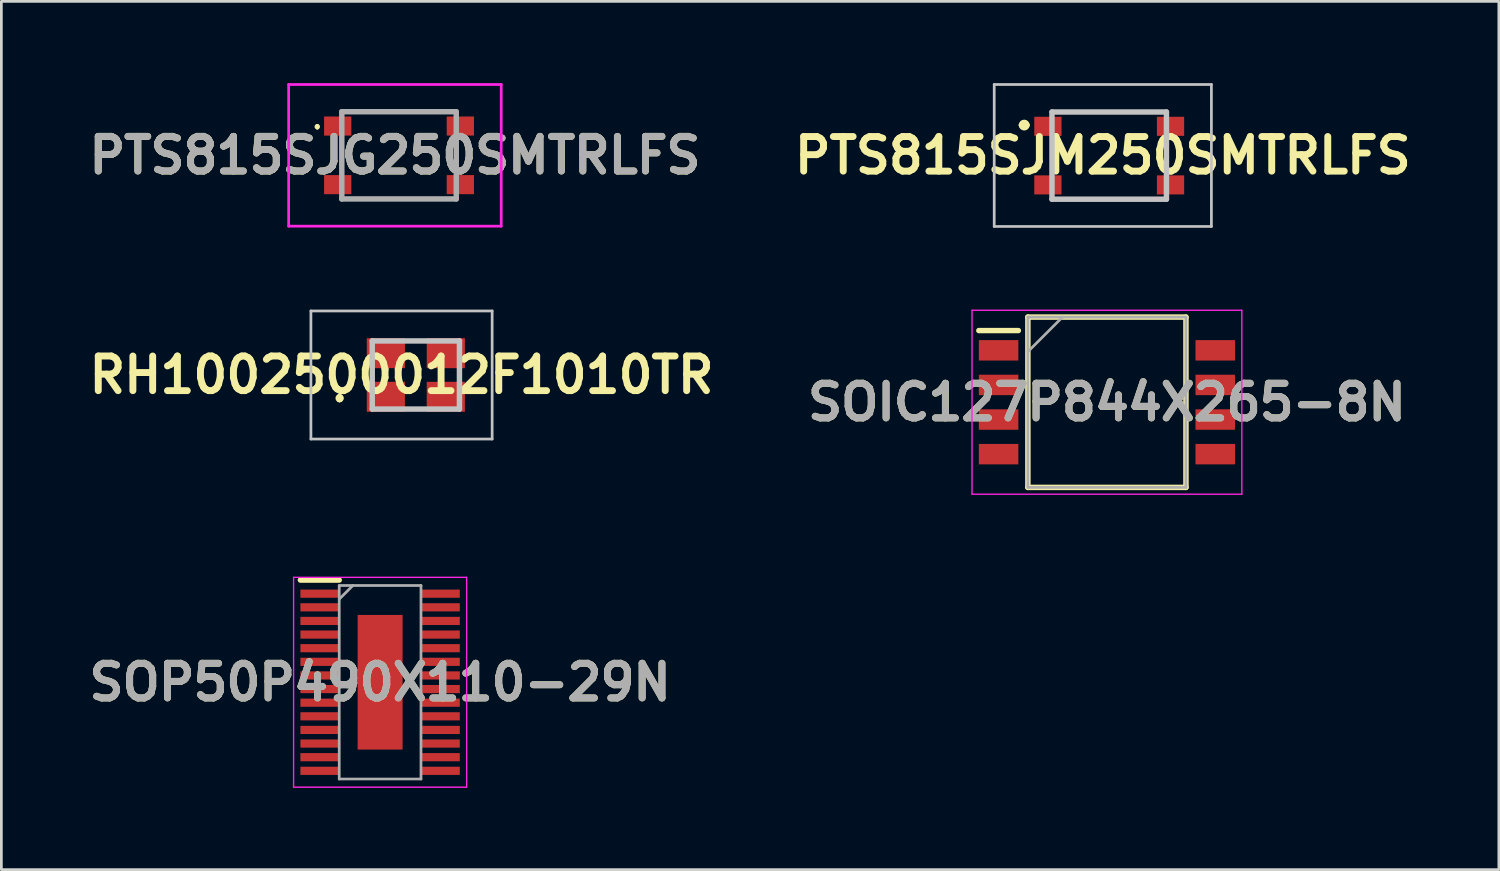
<source format=kicad_pcb>
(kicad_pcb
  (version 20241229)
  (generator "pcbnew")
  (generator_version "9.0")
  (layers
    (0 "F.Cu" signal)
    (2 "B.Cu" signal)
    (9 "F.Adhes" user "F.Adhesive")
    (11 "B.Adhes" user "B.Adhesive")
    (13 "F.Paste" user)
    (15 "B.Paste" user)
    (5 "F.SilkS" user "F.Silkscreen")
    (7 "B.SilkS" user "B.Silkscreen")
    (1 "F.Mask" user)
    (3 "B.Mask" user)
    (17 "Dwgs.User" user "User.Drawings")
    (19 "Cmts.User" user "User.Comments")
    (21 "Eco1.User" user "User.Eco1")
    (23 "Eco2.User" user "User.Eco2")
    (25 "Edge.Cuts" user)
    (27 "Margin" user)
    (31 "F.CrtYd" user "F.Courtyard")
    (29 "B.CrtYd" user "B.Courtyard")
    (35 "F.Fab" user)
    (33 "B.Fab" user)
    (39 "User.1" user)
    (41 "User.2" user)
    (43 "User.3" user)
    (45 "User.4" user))
  (footprint "SOP50P490X110-29N"
    (layer "F.Cu")
    (at 10.898 21.985)
    (property "Reference" "SOP50P490X110-29N" (at 0 0 0) (layer "F.SilkS") (effects (font (size 1.27 1.27) (thickness 0.254))))
    (attr smd)
    (fp_line (start -2.925 -3.75) (end -1.5 -3.75) (stroke (width 0.2) (type solid)) (layer "F.SilkS"))
    (fp_line (start -3.175 -3.85) (end 3.175 -3.85) (stroke (width 0.05) (type solid)) (layer "F.CrtYd"))
    (fp_line (start -3.175 3.85) (end -3.175 -3.85) (stroke (width 0.05) (type solid)) (layer "F.CrtYd"))
    (fp_line (start 3.175 -3.85) (end 3.175 3.85) (stroke (width 0.05) (type solid)) (layer "F.CrtYd"))
    (fp_line (start 3.175 3.85) (end -3.175 3.85) (stroke (width 0.05) (type solid)) (layer "F.CrtYd"))
    (fp_line (start -1.5 -3.55) (end 1.5 -3.55) (stroke (width 0.1) (type solid)) (layer "F.Fab"))
    (fp_line (start -1.5 -3.05) (end -1 -3.55) (stroke (width 0.1) (type solid)) (layer "F.Fab"))
    (fp_line (start -1.5 3.55) (end -1.5 -3.55) (stroke (width 0.1) (type solid)) (layer "F.Fab"))
    (fp_line (start 1.5 -3.55) (end 1.5 3.55) (stroke (width 0.1) (type solid)) (layer "F.Fab"))
    (fp_line (start 1.5 3.55) (end -1.5 3.55) (stroke (width 0.1) (type solid)) (layer "F.Fab"))
    (fp_text user "${REFERENCE}" (at 0 0 0) (layer "F.Fab") (effects (font (size 1.27 1.27) (thickness 0.254))))
    (pad "1" smd rect (at -2.212 -3.25 90) (size 0.3 1.425) (layers "F.Cu" "F.Mask" "F.Paste"))
    (pad "2" smd rect (at -2.212 -2.75 90) (size 0.3 1.425) (layers "F.Cu" "F.Mask" "F.Paste"))
    (pad "3" smd rect (at -2.212 -2.25 90) (size 0.3 1.425) (layers "F.Cu" "F.Mask" "F.Paste"))
    (pad "4" smd rect (at -2.212 -1.75 90) (size 0.3 1.425) (layers "F.Cu" "F.Mask" "F.Paste"))
    (pad "5" smd rect (at -2.212 -1.25 90) (size 0.3 1.425) (layers "F.Cu" "F.Mask" "F.Paste"))
    (pad "6" smd rect (at -2.212 -0.75 90) (size 0.3 1.425) (layers "F.Cu" "F.Mask" "F.Paste"))
    (pad "7" smd rect (at -2.212 -0.25 90) (size 0.3 1.425) (layers "F.Cu" "F.Mask" "F.Paste"))
    (pad "8" smd rect (at -2.212 0.25 90) (size 0.3 1.425) (layers "F.Cu" "F.Mask" "F.Paste"))
    (pad "9" smd rect (at -2.212 0.75 90) (size 0.3 1.425) (layers "F.Cu" "F.Mask" "F.Paste"))
    (pad "10" smd rect (at -2.212 1.25 90) (size 0.3 1.425) (layers "F.Cu" "F.Mask" "F.Paste"))
    (pad "11" smd rect (at -2.212 1.75 90) (size 0.3 1.425) (layers "F.Cu" "F.Mask" "F.Paste"))
    (pad "12" smd rect (at -2.212 2.25 90) (size 0.3 1.425) (layers "F.Cu" "F.Mask" "F.Paste"))
    (pad "13" smd rect (at -2.212 2.75 90) (size 0.3 1.425) (layers "F.Cu" "F.Mask" "F.Paste"))
    (pad "14" smd rect (at -2.212 3.25 90) (size 0.3 1.425) (layers "F.Cu" "F.Mask" "F.Paste"))
    (pad "15" smd rect (at 2.212 3.25 90) (size 0.3 1.425) (layers "F.Cu" "F.Mask" "F.Paste"))
    (pad "16" smd rect (at 2.212 2.75 90) (size 0.3 1.425) (layers "F.Cu" "F.Mask" "F.Paste"))
    (pad "17" smd rect (at 2.212 2.25 90) (size 0.3 1.425) (layers "F.Cu" "F.Mask" "F.Paste"))
    (pad "18" smd rect (at 2.212 1.75 90) (size 0.3 1.425) (layers "F.Cu" "F.Mask" "F.Paste"))
    (pad "19" smd rect (at 2.212 1.25 90) (size 0.3 1.425) (layers "F.Cu" "F.Mask" "F.Paste"))
    (pad "20" smd rect (at 2.212 0.75 90) (size 0.3 1.425) (layers "F.Cu" "F.Mask" "F.Paste"))
    (pad "21" smd rect (at 2.212 0.25 90) (size 0.3 1.425) (layers "F.Cu" "F.Mask" "F.Paste"))
    (pad "22" smd rect (at 2.212 -0.25 90) (size 0.3 1.425) (layers "F.Cu" "F.Mask" "F.Paste"))
    (pad "23" smd rect (at 2.212 -0.75 90) (size 0.3 1.425) (layers "F.Cu" "F.Mask" "F.Paste"))
    (pad "24" smd rect (at 2.212 -1.25 90) (size 0.3 1.425) (layers "F.Cu" "F.Mask" "F.Paste"))
    (pad "25" smd rect (at 2.212 -1.75 90) (size 0.3 1.425) (layers "F.Cu" "F.Mask" "F.Paste"))
    (pad "26" smd rect (at 2.212 -2.25 90) (size 0.3 1.425) (layers "F.Cu" "F.Mask" "F.Paste"))
    (pad "27" smd rect (at 2.212 -2.75 90) (size 0.3 1.425) (layers "F.Cu" "F.Mask" "F.Paste"))
    (pad "28" smd rect (at 2.212 -3.25 90) (size 0.3 1.425) (layers "F.Cu" "F.Mask" "F.Paste"))
    (pad "29" smd rect (at 0 0) (size 1.65 4.94) (layers "F.Cu" "F.Mask" "F.Paste")))
  (footprint "PTS815SJM250SMTRLFS"
    (layer "F.Cu")
    (at 37.652 2.66)
    (property "Reference" "PTS815SJM250SMTRLFS" (at -0.235 -0.005 0) (layer "F.SilkS") (effects (font (size 1.27 1.27) (thickness 0.254))))
    (attr smd)
    (fp_line (start -3.22 -1.12) (end -3.22 -1.12) (stroke (width 0.2) (type solid)) (layer "F.SilkS"))
    (fp_line (start -3.02 -1.12) (end -3.02 -1.12) (stroke (width 0.2) (type solid)) (layer "F.SilkS"))
    (fp_line (start -2.1 -1.61) (end 2.1 -1.61) (stroke (width 0.1) (type solid)) (layer "F.SilkS"))
    (fp_line (start -2.1 0.56) (end -2.1 -0.56) (stroke (width 0.1) (type solid)) (layer "F.SilkS"))
    (fp_line (start -2.1 1.6) (end 2.1 1.6) (stroke (width 0.1) (type solid)) (layer "F.SilkS"))
    (fp_line (start 2.1 0.56) (end 2.1 -0.56) (stroke (width 0.1) (type solid)) (layer "F.SilkS"))
    (fp_arc (start -3.22 -1.12) (mid -3.12 -1.22) (end -3.02 -1.12) (stroke (width 0.2) (type solid)) (layer "F.SilkS"))
    (fp_arc (start -3.02 -1.12) (mid -3.12 -1.02) (end -3.22 -1.12) (stroke (width 0.2) (type solid)) (layer "F.SilkS"))
    (fp_line (start -4.22 -2.61) (end 3.75 -2.61) (stroke (width 0.1) (type solid)) (layer "Dwgs.User"))
    (fp_line (start -4.22 2.6) (end -4.22 -2.61) (stroke (width 0.1) (type solid)) (layer "Dwgs.User"))
    (fp_line (start -2.1 -1.6) (end 2.1 -1.6) (stroke (width 0.2) (type solid)) (layer "Dwgs.User"))
    (fp_line (start -2.1 1.6) (end -2.1 -1.6) (stroke (width 0.2) (type solid)) (layer "Dwgs.User"))
    (fp_line (start 2.1 -1.6) (end 2.1 1.6) (stroke (width 0.2) (type solid)) (layer "Dwgs.User"))
    (fp_line (start 2.1 1.6) (end -2.1 1.6) (stroke (width 0.2) (type solid)) (layer "Dwgs.User"))
    (fp_line (start 3.75 -2.61) (end 3.75 2.6) (stroke (width 0.1) (type solid)) (layer "Dwgs.User"))
    (fp_line (start 3.75 2.6) (end -4.22 2.6) (stroke (width 0.1) (type solid)) (layer "Dwgs.User"))
    (pad "1" smd rect (at -2.25 -1.075 90) (size 0.7 1) (layers "F.Cu" "F.Mask" "F.Paste"))
    (pad "2" smd rect (at 2.25 -1.075 90) (size 0.7 1) (layers "F.Cu" "F.Mask" "F.Paste"))
    (pad "3" smd rect (at -2.25 1.075 90) (size 0.7 1) (layers "F.Cu" "F.Mask" "F.Paste"))
    (pad "4" smd rect (at 2.25 1.075 90) (size 0.7 1) (layers "F.Cu" "F.Mask" "F.Paste")))
  (footprint "SOIC127P844X265-8N"
    (layer "F.Cu")
    (at 37.568 11.71)
    (property "Reference" "SOIC127P844X265-8N" (at 0 0 0) (layer "F.SilkS") (effects (font (size 1.27 1.27) (thickness 0.254))))
    (attr smd)
    (fp_line (start -4.7 -2.63) (end -3.25 -2.63) (stroke (width 0.2) (type solid)) (layer "F.SilkS"))
    (fp_line (start -2.9 -3.125) (end 2.9 -3.125) (stroke (width 0.2) (type solid)) (layer "F.SilkS"))
    (fp_line (start -2.9 3.125) (end -2.9 -3.125) (stroke (width 0.2) (type solid)) (layer "F.SilkS"))
    (fp_line (start 2.9 -3.125) (end 2.9 3.125) (stroke (width 0.2) (type solid)) (layer "F.SilkS"))
    (fp_line (start 2.9 3.125) (end -2.9 3.125) (stroke (width 0.2) (type solid)) (layer "F.SilkS"))
    (fp_line (start -4.95 -3.375) (end 4.95 -3.375) (stroke (width 0.05) (type solid)) (layer "F.CrtYd"))
    (fp_line (start -4.95 3.375) (end -4.95 -3.375) (stroke (width 0.05) (type solid)) (layer "F.CrtYd"))
    (fp_line (start 4.95 -3.375) (end 4.95 3.375) (stroke (width 0.05) (type solid)) (layer "F.CrtYd"))
    (fp_line (start 4.95 3.375) (end -4.95 3.375) (stroke (width 0.05) (type solid)) (layer "F.CrtYd"))
    (fp_line (start -2.9 -3.125) (end 2.9 -3.125) (stroke (width 0.1) (type solid)) (layer "F.Fab"))
    (fp_line (start -2.9 -1.855) (end -1.63 -3.125) (stroke (width 0.1) (type solid)) (layer "F.Fab"))
    (fp_line (start -2.9 3.125) (end -2.9 -3.125) (stroke (width 0.1) (type solid)) (layer "F.Fab"))
    (fp_line (start 2.9 -3.125) (end 2.9 3.125) (stroke (width 0.1) (type solid)) (layer "F.Fab"))
    (fp_line (start 2.9 3.125) (end -2.9 3.125) (stroke (width 0.1) (type solid)) (layer "F.Fab"))
    (fp_text user "${REFERENCE}" (at 0 0 0) (layer "F.Fab") (effects (font (size 1.27 1.27) (thickness 0.254))))
    (pad "1" smd rect (at -3.975 -1.905 90) (size 0.75 1.45) (layers "F.Cu" "F.Mask" "F.Paste"))
    (pad "2" smd rect (at -3.975 -0.635 90) (size 0.75 1.45) (layers "F.Cu" "F.Mask" "F.Paste"))
    (pad "3" smd rect (at -3.975 0.635 90) (size 0.75 1.45) (layers "F.Cu" "F.Mask" "F.Paste"))
    (pad "4" smd rect (at -3.975 1.905 90) (size 0.75 1.45) (layers "F.Cu" "F.Mask" "F.Paste"))
    (pad "5" smd rect (at 3.975 1.905 90) (size 0.75 1.45) (layers "F.Cu" "F.Mask" "F.Paste"))
    (pad "6" smd rect (at 3.975 0.635 90) (size 0.75 1.45) (layers "F.Cu" "F.Mask" "F.Paste"))
    (pad "7" smd rect (at 3.975 -0.635 90) (size 0.75 1.45) (layers "F.Cu" "F.Mask" "F.Paste"))
    (pad "8" smd rect (at 3.975 -1.905 90) (size 0.75 1.45) (layers "F.Cu" "F.Mask" "F.Paste")))
  (footprint "RH1002500012F1010TR"
    (layer "F.Cu")
    (at 12.209 10.71)
    (property "Reference" "RH1002500012F1010TR" (at -0.525 0 0) (layer "F.SilkS") (effects (font (size 1.27 1.27) (thickness 0.254))))
    (attr smd)
    (fp_line (start -2.8 0.8) (end -2.8 0.8) (stroke (width 0.2) (type solid)) (layer "F.SilkS"))
    (fp_line (start -2.8 0.9) (end -2.8 0.9) (stroke (width 0.2) (type solid)) (layer "F.SilkS"))
    (fp_line (start -2.8 0.9) (end -2.8 0.9) (stroke (width 0.2) (type solid)) (layer "F.SilkS"))
    (fp_arc (start -2.8 0.8) (mid -2.75 0.85) (end -2.8 0.9) (stroke (width 0.2) (type solid)) (layer "F.SilkS"))
    (fp_arc (start -2.8 0.8) (mid -2.75 0.85) (end -2.8 0.9) (stroke (width 0.2) (type solid)) (layer "F.SilkS"))
    (fp_arc (start -2.8 0.9) (mid -2.85 0.85) (end -2.8 0.8) (stroke (width 0.2) (type solid)) (layer "F.SilkS"))
    (fp_line (start -3.85 -2.35) (end 2.8 -2.35) (stroke (width 0.1) (type solid)) (layer "Dwgs.User"))
    (fp_line (start -3.85 2.35) (end -3.85 -2.35) (stroke (width 0.1) (type solid)) (layer "Dwgs.User"))
    (fp_line (start -1.6 -1.25) (end -1.6 1.25) (stroke (width 0.2) (type solid)) (layer "Dwgs.User"))
    (fp_line (start -1.6 1.25) (end 1.6 1.25) (stroke (width 0.2) (type solid)) (layer "Dwgs.User"))
    (fp_line (start 1.6 -1.25) (end -1.6 -1.25) (stroke (width 0.2) (type solid)) (layer "Dwgs.User"))
    (fp_line (start 1.6 1.25) (end 1.6 -1.25) (stroke (width 0.2) (type solid)) (layer "Dwgs.User"))
    (fp_line (start 2.8 -2.35) (end 2.8 2.35) (stroke (width 0.1) (type solid)) (layer "Dwgs.User"))
    (fp_line (start 2.8 2.35) (end -3.85 2.35) (stroke (width 0.1) (type solid)) (layer "Dwgs.User"))
    (pad "1" smd rect (at -1.1 0.8 90) (size 1.1 1.4) (layers "F.Cu" "F.Mask" "F.Paste"))
    (pad "2" smd rect (at 1.1 0.8 90) (size 1.1 1.4) (layers "F.Cu" "F.Mask" "F.Paste"))
    (pad "3" smd rect (at 1.1 -0.8 90) (size 1.1 1.4) (layers "F.Cu" "F.Mask" "F.Paste"))
    (pad "4" smd rect (at -1.1 -0.8 90) (size 1.1 1.4) (layers "F.Cu" "F.Mask" "F.Paste")))
  (footprint "PTS815SJG250SMTRLFS"
    (layer "F.Cu")
    (at 11.592 2.65)
    (property "Reference" "PTS815SJG250SMTRLFS" (at -0.15 0 0) (layer "F.SilkS") (effects (font (size 1.27 1.27) (thickness 0.254))))
    (attr smd)
    (fp_line (start -3 -1.1) (end -3 -1.1) (stroke (width 0.1) (type solid)) (layer "F.SilkS"))
    (fp_line (start -3 -1) (end -3 -1) (stroke (width 0.1) (type solid)) (layer "F.SilkS"))
    (fp_line (start -2.1 -0.4) (end -2.1 0.4) (stroke (width 0.1) (type solid)) (layer "F.SilkS"))
    (fp_line (start -1.6 -1.6) (end 1.6 -1.6) (stroke (width 0.1) (type solid)) (layer "F.SilkS"))
    (fp_line (start 1.6 1.6) (end -1.6 1.6) (stroke (width 0.1) (type solid)) (layer "F.SilkS"))
    (fp_line (start 2.1 -0.4) (end 2.1 0.4) (stroke (width 0.1) (type solid)) (layer "F.SilkS"))
    (fp_arc (start -3 -1.1) (mid -2.95 -1.05) (end -3 -1) (stroke (width 0.1) (type solid)) (layer "F.SilkS"))
    (fp_arc (start -3 -1) (mid -3.05 -1.05) (end -3 -1.1) (stroke (width 0.1) (type solid)) (layer "F.SilkS"))
    (fp_line (start -4.05 -2.6) (end 3.75 -2.6) (stroke (width 0.1) (type solid)) (layer "F.CrtYd"))
    (fp_line (start -4.05 2.6) (end -4.05 -2.6) (stroke (width 0.1) (type solid)) (layer "F.CrtYd"))
    (fp_line (start 3.75 -2.6) (end 3.75 2.6) (stroke (width 0.1) (type solid)) (layer "F.CrtYd"))
    (fp_line (start 3.75 2.6) (end -4.05 2.6) (stroke (width 0.1) (type solid)) (layer "F.CrtYd"))
    (fp_line (start -2.1 -1.6) (end 2.1 -1.6) (stroke (width 0.2) (type solid)) (layer "F.Fab"))
    (fp_line (start -2.1 1.6) (end -2.1 -1.6) (stroke (width 0.2) (type solid)) (layer "F.Fab"))
    (fp_line (start 2.1 -1.6) (end 2.1 1.6) (stroke (width 0.2) (type solid)) (layer "F.Fab"))
    (fp_line (start 2.1 1.6) (end -2.1 1.6) (stroke (width 0.2) (type solid)) (layer "F.Fab"))
    (fp_text user "${REFERENCE}" (at -0.15 0 0) (layer "F.Fab") (effects (font (size 1.27 1.27) (thickness 0.254))))
    (pad "1" smd rect (at -2.25 -1.075 90) (size 0.7 1) (layers "F.Cu" "F.Mask" "F.Paste"))
    (pad "2" smd rect (at 2.25 -1.075 90) (size 0.7 1) (layers "F.Cu" "F.Mask" "F.Paste"))
    (pad "3" smd rect (at -2.25 1.075 90) (size 0.7 1) (layers "F.Cu" "F.Mask" "F.Paste"))
    (pad "4" smd rect (at 2.25 1.075 90) (size 0.7 1) (layers "F.Cu" "F.Mask" "F.Paste")))
  (gr_rect
    (start -3 -3)
    (end 51.95 28.86)
    (stroke (width 0.1) (type default))
    (fill no)
    (layer "Edge.Cuts")))
</source>
